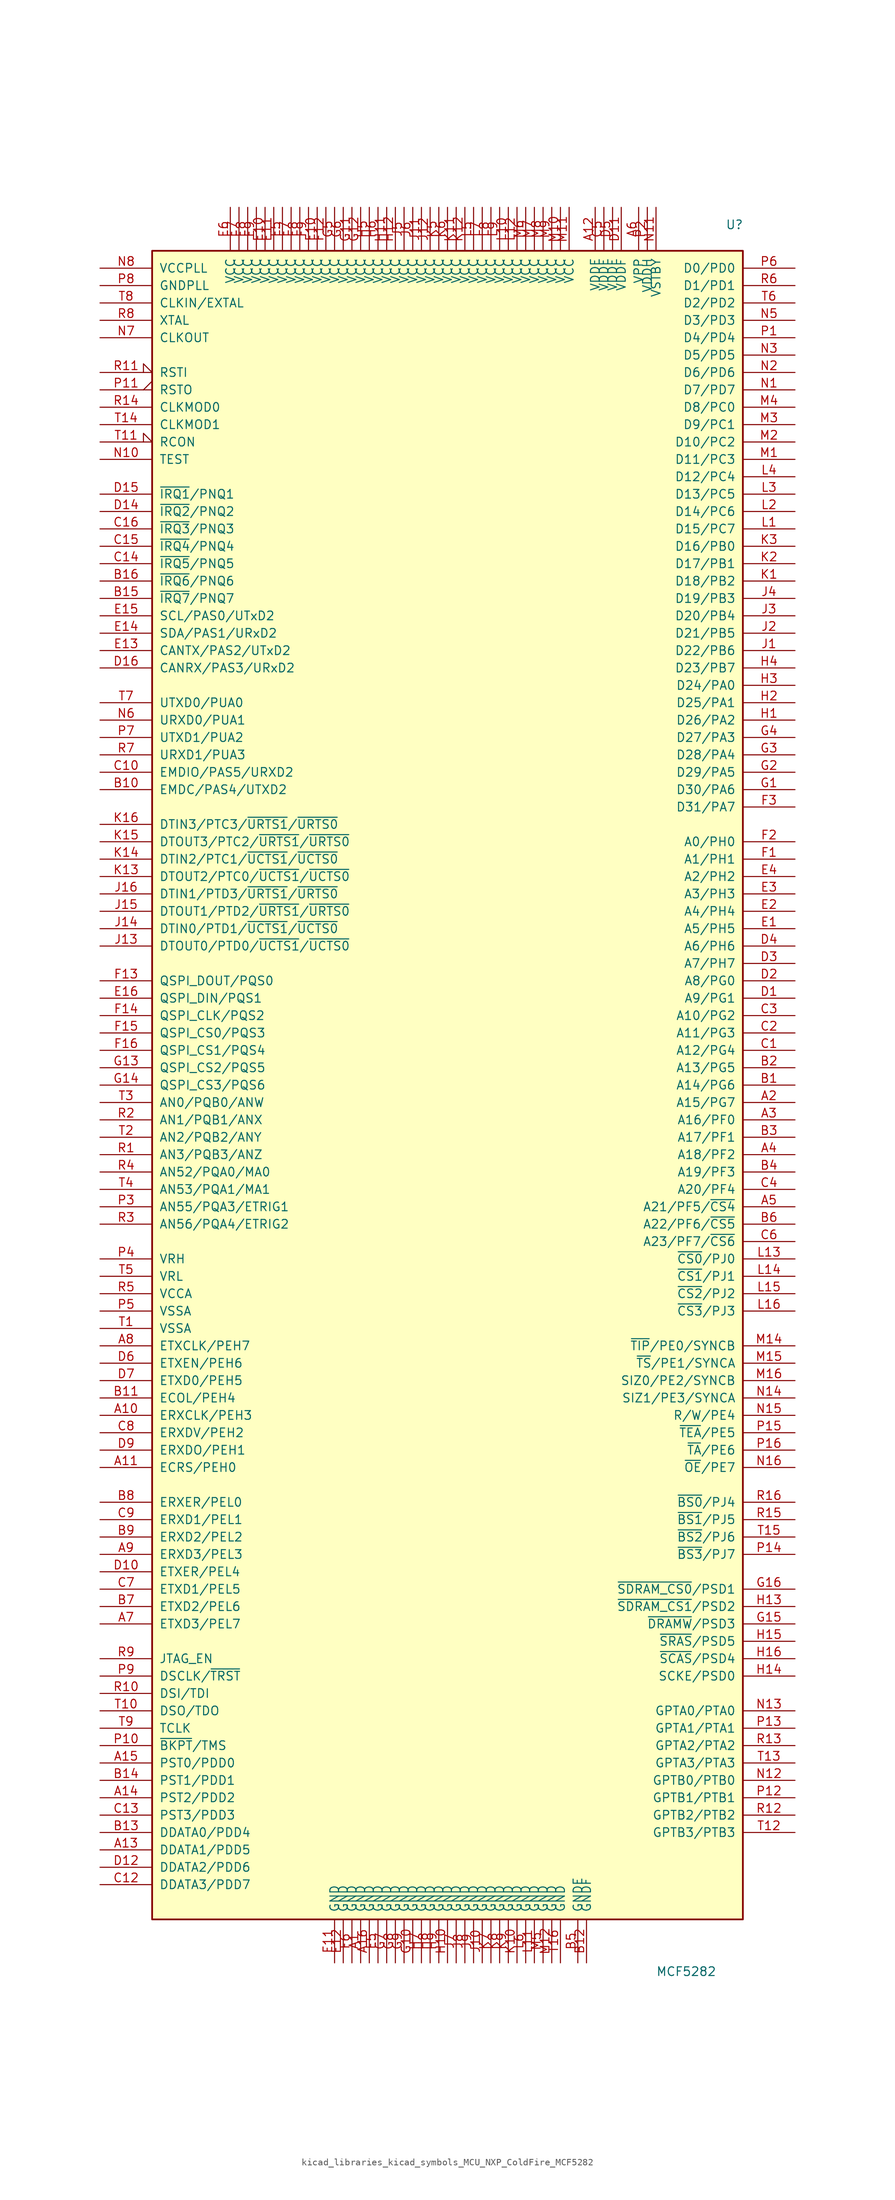
<source format=kicad_sym>
(kicad_symbol_lib
  (version 20220914)
  (generator kicad_symbol_editor)
  (symbol "kicad_libraries_kicad_symbols_MCU_NXP_ColdFire_MCF5282"
    (pin_names
      (offset 1.016))
    (property "Reference" "U"
      (at 40.64 125.73 0)
      (effects (font (size 1.27 1.27)) (justify left)))
    (property "Value" "MCF5282"
      (at 30.48 -129.54 0)
      (effects (font (size 1.27 1.27)) (justify left)))
    (symbol "kicad_libraries_kicad_symbols_MCU_NXP_ColdFire_MCF5282_0_1"
      (rectangle (start -43.18 121.92) (end 43.18 -121.92) (stroke (width 0.254) (type default)) (fill (type background))))
    (symbol "kicad_libraries_kicad_symbols_MCU_NXP_ColdFire_MCF5282_1_1"
      (pin power_in line (at -12.7 -128.27 90) (length 6.35) (name "GND" (effects (font (size 1.27 1.27)))) (number "A1" (effects (font (size 1.27 1.27)))))
      (pin bidirectional line (at -50.8 -48.26 0) (length 7.62) (name "ERXCLK/PEH3" (effects (font (size 1.27 1.27)))) (number "A10" (effects (font (size 1.27 1.27)))))
      (pin bidirectional line (at -50.8 -55.88 0) (length 7.62) (name "ECRS/PEH0" (effects (font (size 1.27 1.27)))) (number "A11" (effects (font (size 1.27 1.27)))))
      (pin power_in line (at 21.59 128.27 270) (length 6.35) (name "VDDF" (effects (font (size 1.27 1.27)))) (number "A12" (effects (font (size 1.27 1.27)))))
      (pin output line (at -50.8 -111.76 0) (length 7.62) (name "DDATA1/PDD5" (effects (font (size 1.27 1.27)))) (number "A13" (effects (font (size 1.27 1.27)))))
      (pin output line (at -50.8 -104.14 0) (length 7.62) (name "PST2/PDD2" (effects (font (size 1.27 1.27)))) (number "A14" (effects (font (size 1.27 1.27)))))
      (pin output line (at -50.8 -99.06 0) (length 7.62) (name "PST0/PDD0" (effects (font (size 1.27 1.27)))) (number "A15" (effects (font (size 1.27 1.27)))))
      (pin power_in line (at -11.43 -128.27 90) (length 6.35) (name "GND" (effects (font (size 1.27 1.27)))) (number "A16" (effects (font (size 1.27 1.27)))))
      (pin bidirectional line (at 50.8 -2.54 180) (length 7.62) (name "A15/PG7" (effects (font (size 1.27 1.27)))) (number "A2" (effects (font (size 1.27 1.27)))))
      (pin bidirectional line (at 50.8 -5.08 180) (length 7.62) (name "A16/PF0" (effects (font (size 1.27 1.27)))) (number "A3" (effects (font (size 1.27 1.27)))))
      (pin bidirectional line (at 50.8 -10.16 180) (length 7.62) (name "A18/PF2" (effects (font (size 1.27 1.27)))) (number "A4" (effects (font (size 1.27 1.27)))))
      (pin bidirectional line (at 50.8 -17.78 180) (length 7.62) (name "A21/PF5/~{CS4}" (effects (font (size 1.27 1.27)))) (number "A5" (effects (font (size 1.27 1.27)))))
      (pin power_in line (at 27.94 128.27 270) (length 6.35) (name "VPP" (effects (font (size 1.27 1.27)))) (number "A6" (effects (font (size 1.27 1.27)))))
      (pin bidirectional line (at -50.8 -78.74 0) (length 7.62) (name "ETXD3/PEL7" (effects (font (size 1.27 1.27)))) (number "A7" (effects (font (size 1.27 1.27)))))
      (pin bidirectional line (at -50.8 -38.1 0) (length 7.62) (name "ETXCLK/PEH7" (effects (font (size 1.27 1.27)))) (number "A8" (effects (font (size 1.27 1.27)))))
      (pin bidirectional line (at -50.8 -68.58 0) (length 7.62) (name "ERXD3/PEL3" (effects (font (size 1.27 1.27)))) (number "A9" (effects (font (size 1.27 1.27)))))
      (pin bidirectional line (at 50.8 0 180) (length 7.62) (name "A14/PG6" (effects (font (size 1.27 1.27)))) (number "B1" (effects (font (size 1.27 1.27)))))
      (pin input line (at -50.8 43.18 0) (length 7.62) (name "EMDC/PAS4/UTXD2" (effects (font (size 1.27 1.27)))) (number "B10" (effects (font (size 1.27 1.27)))))
      (pin bidirectional line (at -50.8 -45.72 0) (length 7.62) (name "ECOL/PEH4" (effects (font (size 1.27 1.27)))) (number "B11" (effects (font (size 1.27 1.27)))))
      (pin power_in line (at 20.32 -128.27 90) (length 6.35) (name "GNDF" (effects (font (size 1.27 1.27)))) (number "B12" (effects (font (size 1.27 1.27)))))
      (pin output line (at -50.8 -109.22 0) (length 7.62) (name "DDATA0/PDD4" (effects (font (size 1.27 1.27)))) (number "B13" (effects (font (size 1.27 1.27)))))
      (pin output line (at -50.8 -101.6 0) (length 7.62) (name "PST1/PDD1" (effects (font (size 1.27 1.27)))) (number "B14" (effects (font (size 1.27 1.27)))))
      (pin bidirectional line (at -50.8 71.12 0) (length 7.62) (name "~{IRQ7}/PNQ7" (effects (font (size 1.27 1.27)))) (number "B15" (effects (font (size 1.27 1.27)))))
      (pin bidirectional line (at -50.8 73.66 0) (length 7.62) (name "~{IRQ6}/PNQ6" (effects (font (size 1.27 1.27)))) (number "B16" (effects (font (size 1.27 1.27)))))
      (pin bidirectional line (at 50.8 2.54 180) (length 7.62) (name "A13/PG5" (effects (font (size 1.27 1.27)))) (number "B2" (effects (font (size 1.27 1.27)))))
      (pin bidirectional line (at 50.8 -7.62 180) (length 7.62) (name "A17/PF1" (effects (font (size 1.27 1.27)))) (number "B3" (effects (font (size 1.27 1.27)))))
      (pin bidirectional line (at 50.8 -12.7 180) (length 7.62) (name "A19/PF3" (effects (font (size 1.27 1.27)))) (number "B4" (effects (font (size 1.27 1.27)))))
      (pin passive line (at 19.05 -128.27 90) (length 6.35) (name "GNDF" (effects (font (size 1.27 1.27)))) (number "B5" (effects (font (size 1.27 1.27)))))
      (pin bidirectional line (at 50.8 -20.32 180) (length 7.62) (name "A22/PF6/~{CS5}" (effects (font (size 1.27 1.27)))) (number "B6" (effects (font (size 1.27 1.27)))))
      (pin bidirectional line (at -50.8 -76.2 0) (length 7.62) (name "ETXD2/PEL6" (effects (font (size 1.27 1.27)))) (number "B7" (effects (font (size 1.27 1.27)))))
      (pin bidirectional line (at -50.8 -60.96 0) (length 7.62) (name "ERXER/PEL0" (effects (font (size 1.27 1.27)))) (number "B8" (effects (font (size 1.27 1.27)))))
      (pin bidirectional line (at -50.8 -66.04 0) (length 7.62) (name "ERXD2/PEL2" (effects (font (size 1.27 1.27)))) (number "B9" (effects (font (size 1.27 1.27)))))
      (pin bidirectional line (at 50.8 5.08 180) (length 7.62) (name "A12/PG4" (effects (font (size 1.27 1.27)))) (number "C1" (effects (font (size 1.27 1.27)))))
      (pin bidirectional line (at -50.8 45.72 0) (length 7.62) (name "EMDIO/PAS5/URXD2" (effects (font (size 1.27 1.27)))) (number "C10" (effects (font (size 1.27 1.27)))))
      (pin output line (at -50.8 -116.84 0) (length 7.62) (name "DDATA3/PDD7" (effects (font (size 1.27 1.27)))) (number "C12" (effects (font (size 1.27 1.27)))))
      (pin output line (at -50.8 -106.68 0) (length 7.62) (name "PST3/PDD3" (effects (font (size 1.27 1.27)))) (number "C13" (effects (font (size 1.27 1.27)))))
      (pin bidirectional line (at -50.8 76.2 0) (length 7.62) (name "~{IRQ5}/PNQ5" (effects (font (size 1.27 1.27)))) (number "C14" (effects (font (size 1.27 1.27)))))
      (pin bidirectional line (at -50.8 78.74 0) (length 7.62) (name "~{IRQ4}/PNQ4" (effects (font (size 1.27 1.27)))) (number "C15" (effects (font (size 1.27 1.27)))))
      (pin bidirectional line (at -50.8 81.28 0) (length 7.62) (name "~{IRQ3}/PNQ3" (effects (font (size 1.27 1.27)))) (number "C16" (effects (font (size 1.27 1.27)))))
      (pin bidirectional line (at 50.8 7.62 180) (length 7.62) (name "A11/PG3" (effects (font (size 1.27 1.27)))) (number "C2" (effects (font (size 1.27 1.27)))))
      (pin bidirectional line (at 50.8 10.16 180) (length 7.62) (name "A10/PG2" (effects (font (size 1.27 1.27)))) (number "C3" (effects (font (size 1.27 1.27)))))
      (pin bidirectional line (at 50.8 -15.24 180) (length 7.62) (name "A20/PF4" (effects (font (size 1.27 1.27)))) (number "C4" (effects (font (size 1.27 1.27)))))
      (pin power_in line (at 22.86 128.27 270) (length 6.35) (name "VDDF" (effects (font (size 1.27 1.27)))) (number "C5" (effects (font (size 1.27 1.27)))))
      (pin bidirectional line (at 50.8 -22.86 180) (length 7.62) (name "A23/PF7/~{CS6}" (effects (font (size 1.27 1.27)))) (number "C6" (effects (font (size 1.27 1.27)))))
      (pin bidirectional line (at -50.8 -73.66 0) (length 7.62) (name "ETXD1/PEL5" (effects (font (size 1.27 1.27)))) (number "C7" (effects (font (size 1.27 1.27)))))
      (pin bidirectional line (at -50.8 -50.8 0) (length 7.62) (name "ERXDV/PEH2" (effects (font (size 1.27 1.27)))) (number "C8" (effects (font (size 1.27 1.27)))))
      (pin bidirectional line (at -50.8 -63.5 0) (length 7.62) (name "ERXD1/PEL1" (effects (font (size 1.27 1.27)))) (number "C9" (effects (font (size 1.27 1.27)))))
      (pin bidirectional line (at 50.8 12.7 180) (length 7.62) (name "A9/PG1" (effects (font (size 1.27 1.27)))) (number "D1" (effects (font (size 1.27 1.27)))))
      (pin bidirectional line (at -50.8 -71.12 0) (length 7.62) (name "ETXER/PEL4" (effects (font (size 1.27 1.27)))) (number "D10" (effects (font (size 1.27 1.27)))))
      (pin power_in line (at 25.4 128.27 270) (length 6.35) (name "VDDF" (effects (font (size 1.27 1.27)))) (number "D11" (effects (font (size 1.27 1.27)))))
      (pin output line (at -50.8 -114.3 0) (length 7.62) (name "DDATA2/PDD6" (effects (font (size 1.27 1.27)))) (number "D12" (effects (font (size 1.27 1.27)))))
      (pin bidirectional line (at -50.8 83.82 0) (length 7.62) (name "~{IRQ2}/PNQ2" (effects (font (size 1.27 1.27)))) (number "D14" (effects (font (size 1.27 1.27)))))
      (pin bidirectional line (at -50.8 86.36 0) (length 7.62) (name "~{IRQ1}/PNQ1" (effects (font (size 1.27 1.27)))) (number "D15" (effects (font (size 1.27 1.27)))))
      (pin bidirectional line (at -50.8 60.96 0) (length 7.62) (name "CANRX/PAS3/URxD2" (effects (font (size 1.27 1.27)))) (number "D16" (effects (font (size 1.27 1.27)))))
      (pin bidirectional line (at 50.8 15.24 180) (length 7.62) (name "A8/PG0" (effects (font (size 1.27 1.27)))) (number "D2" (effects (font (size 1.27 1.27)))))
      (pin bidirectional line (at 50.8 17.78 180) (length 7.62) (name "A7/PH7" (effects (font (size 1.27 1.27)))) (number "D3" (effects (font (size 1.27 1.27)))))
      (pin bidirectional line (at 50.8 20.32 180) (length 7.62) (name "A6/PH6" (effects (font (size 1.27 1.27)))) (number "D4" (effects (font (size 1.27 1.27)))))
      (pin power_in line (at 24.13 128.27 270) (length 6.35) (name "VDDF" (effects (font (size 1.27 1.27)))) (number "D5" (effects (font (size 1.27 1.27)))))
      (pin bidirectional line (at -50.8 -40.64 0) (length 7.62) (name "ETXEN/PEH6" (effects (font (size 1.27 1.27)))) (number "D6" (effects (font (size 1.27 1.27)))))
      (pin bidirectional line (at -50.8 -43.18 0) (length 7.62) (name "ETXD0/PEH5" (effects (font (size 1.27 1.27)))) (number "D7" (effects (font (size 1.27 1.27)))))
      (pin bidirectional line (at -50.8 -53.34 0) (length 7.62) (name "ERXDO/PEH1" (effects (font (size 1.27 1.27)))) (number "D9" (effects (font (size 1.27 1.27)))))
      (pin bidirectional line (at 50.8 22.86 180) (length 7.62) (name "A5/PH5" (effects (font (size 1.27 1.27)))) (number "E1" (effects (font (size 1.27 1.27)))))
      (pin power_in line (at -26.67 128.27 270) (length 6.35) (name "VCC" (effects (font (size 1.27 1.27)))) (number "E10" (effects (font (size 1.27 1.27)))))
      (pin power_in line (at -25.4 128.27 270) (length 6.35) (name "VCC" (effects (font (size 1.27 1.27)))) (number "E11" (effects (font (size 1.27 1.27)))))
      (pin power_in line (at -15.24 -128.27 90) (length 6.35) (name "GND" (effects (font (size 1.27 1.27)))) (number "E12" (effects (font (size 1.27 1.27)))))
      (pin bidirectional line (at -50.8 63.5 0) (length 7.62) (name "CANTX/PAS2/UTxD2" (effects (font (size 1.27 1.27)))) (number "E13" (effects (font (size 1.27 1.27)))))
      (pin bidirectional line (at -50.8 66.04 0) (length 7.62) (name "SDA/PAS1/URxD2" (effects (font (size 1.27 1.27)))) (number "E14" (effects (font (size 1.27 1.27)))))
      (pin bidirectional line (at -50.8 68.58 0) (length 7.62) (name "SCL/PAS0/UTxD2" (effects (font (size 1.27 1.27)))) (number "E15" (effects (font (size 1.27 1.27)))))
      (pin bidirectional line (at -50.8 12.7 0) (length 7.62) (name "QSPI_DIN/PQS1" (effects (font (size 1.27 1.27)))) (number "E16" (effects (font (size 1.27 1.27)))))
      (pin bidirectional line (at 50.8 25.4 180) (length 7.62) (name "A4/PH4" (effects (font (size 1.27 1.27)))) (number "E2" (effects (font (size 1.27 1.27)))))
      (pin bidirectional line (at 50.8 27.94 180) (length 7.62) (name "A3/PH3" (effects (font (size 1.27 1.27)))) (number "E3" (effects (font (size 1.27 1.27)))))
      (pin bidirectional line (at 50.8 30.48 180) (length 7.62) (name "A2/PH2" (effects (font (size 1.27 1.27)))) (number "E4" (effects (font (size 1.27 1.27)))))
      (pin power_in line (at -10.16 -128.27 90) (length 6.35) (name "GND" (effects (font (size 1.27 1.27)))) (number "E5" (effects (font (size 1.27 1.27)))))
      (pin power_in line (at -31.75 128.27 270) (length 6.35) (name "VCC" (effects (font (size 1.27 1.27)))) (number "E6" (effects (font (size 1.27 1.27)))))
      (pin power_in line (at -30.48 128.27 270) (length 6.35) (name "VCC" (effects (font (size 1.27 1.27)))) (number "E7" (effects (font (size 1.27 1.27)))))
      (pin power_in line (at -29.21 128.27 270) (length 6.35) (name "VCC" (effects (font (size 1.27 1.27)))) (number "E8" (effects (font (size 1.27 1.27)))))
      (pin power_in line (at -27.94 128.27 270) (length 6.35) (name "VCC" (effects (font (size 1.27 1.27)))) (number "E9" (effects (font (size 1.27 1.27)))))
      (pin bidirectional line (at 50.8 33.02 180) (length 7.62) (name "A1/PH1" (effects (font (size 1.27 1.27)))) (number "F1" (effects (font (size 1.27 1.27)))))
      (pin power_in line (at -19.05 128.27 270) (length 6.35) (name "VCC" (effects (font (size 1.27 1.27)))) (number "F10" (effects (font (size 1.27 1.27)))))
      (pin power_in line (at -16.51 -128.27 90) (length 6.35) (name "GND" (effects (font (size 1.27 1.27)))) (number "F11" (effects (font (size 1.27 1.27)))))
      (pin power_in line (at -17.78 128.27 270) (length 6.35) (name "VCC" (effects (font (size 1.27 1.27)))) (number "F12" (effects (font (size 1.27 1.27)))))
      (pin bidirectional line (at -50.8 15.24 0) (length 7.62) (name "QSPI_DOUT/PQS0" (effects (font (size 1.27 1.27)))) (number "F13" (effects (font (size 1.27 1.27)))))
      (pin bidirectional line (at -50.8 10.16 0) (length 7.62) (name "QSPI_CLK/PQS2" (effects (font (size 1.27 1.27)))) (number "F14" (effects (font (size 1.27 1.27)))))
      (pin bidirectional line (at -50.8 7.62 0) (length 7.62) (name "QSPI_CS0/PQS3" (effects (font (size 1.27 1.27)))) (number "F15" (effects (font (size 1.27 1.27)))))
      (pin bidirectional line (at -50.8 5.08 0) (length 7.62) (name "QSPI_CS1/PQS4" (effects (font (size 1.27 1.27)))) (number "F16" (effects (font (size 1.27 1.27)))))
      (pin bidirectional line (at 50.8 35.56 180) (length 7.62) (name "A0/PH0" (effects (font (size 1.27 1.27)))) (number "F2" (effects (font (size 1.27 1.27)))))
      (pin bidirectional line (at 50.8 40.64 180) (length 7.62) (name "D31/PA7" (effects (font (size 1.27 1.27)))) (number "F3" (effects (font (size 1.27 1.27)))))
      (pin power_in line (at -24.13 128.27 270) (length 6.35) (name "VCC" (effects (font (size 1.27 1.27)))) (number "F5" (effects (font (size 1.27 1.27)))))
      (pin power_in line (at -13.97 -128.27 90) (length 6.35) (name "GND" (effects (font (size 1.27 1.27)))) (number "F6" (effects (font (size 1.27 1.27)))))
      (pin power_in line (at -22.86 128.27 270) (length 6.35) (name "VCC" (effects (font (size 1.27 1.27)))) (number "F7" (effects (font (size 1.27 1.27)))))
      (pin power_in line (at -21.59 128.27 270) (length 6.35) (name "VCC" (effects (font (size 1.27 1.27)))) (number "F8" (effects (font (size 1.27 1.27)))))
      (pin power_in line (at -20.32 128.27 270) (length 6.35) (name "VCC" (effects (font (size 1.27 1.27)))) (number "F9" (effects (font (size 1.27 1.27)))))
      (pin bidirectional line (at 50.8 43.18 180) (length 7.62) (name "D30/PA6" (effects (font (size 1.27 1.27)))) (number "G1" (effects (font (size 1.27 1.27)))))
      (pin power_in line (at -5.08 -128.27 90) (length 6.35) (name "GND" (effects (font (size 1.27 1.27)))) (number "G10" (effects (font (size 1.27 1.27)))))
      (pin power_in line (at -13.97 128.27 270) (length 6.35) (name "VCC" (effects (font (size 1.27 1.27)))) (number "G11" (effects (font (size 1.27 1.27)))))
      (pin power_in line (at -12.7 128.27 270) (length 6.35) (name "VCC" (effects (font (size 1.27 1.27)))) (number "G12" (effects (font (size 1.27 1.27)))))
      (pin bidirectional line (at -50.8 2.54 0) (length 7.62) (name "QSPI_CS2/PQS5" (effects (font (size 1.27 1.27)))) (number "G13" (effects (font (size 1.27 1.27)))))
      (pin bidirectional line (at -50.8 0 0) (length 7.62) (name "QSPI_CS3/PQS6" (effects (font (size 1.27 1.27)))) (number "G14" (effects (font (size 1.27 1.27)))))
      (pin bidirectional line (at 50.8 -78.74 180) (length 7.62) (name "~{DRAMW}/PSD3" (effects (font (size 1.27 1.27)))) (number "G15" (effects (font (size 1.27 1.27)))))
      (pin bidirectional line (at 50.8 -73.66 180) (length 7.62) (name "~{SDRAM_CS0}/PSD1" (effects (font (size 1.27 1.27)))) (number "G16" (effects (font (size 1.27 1.27)))))
      (pin bidirectional line (at 50.8 45.72 180) (length 7.62) (name "D29/PA5" (effects (font (size 1.27 1.27)))) (number "G2" (effects (font (size 1.27 1.27)))))
      (pin bidirectional line (at 50.8 48.26 180) (length 7.62) (name "D28/PA4" (effects (font (size 1.27 1.27)))) (number "G3" (effects (font (size 1.27 1.27)))))
      (pin bidirectional line (at 50.8 50.8 180) (length 7.62) (name "D27/PA3" (effects (font (size 1.27 1.27)))) (number "G4" (effects (font (size 1.27 1.27)))))
      (pin power_in line (at -16.51 128.27 270) (length 6.35) (name "VCC" (effects (font (size 1.27 1.27)))) (number "G5" (effects (font (size 1.27 1.27)))))
      (pin power_in line (at -15.24 128.27 270) (length 6.35) (name "VCC" (effects (font (size 1.27 1.27)))) (number "G6" (effects (font (size 1.27 1.27)))))
      (pin power_in line (at -8.89 -128.27 90) (length 6.35) (name "GND" (effects (font (size 1.27 1.27)))) (number "G7" (effects (font (size 1.27 1.27)))))
      (pin power_in line (at -7.62 -128.27 90) (length 6.35) (name "GND" (effects (font (size 1.27 1.27)))) (number "G8" (effects (font (size 1.27 1.27)))))
      (pin power_in line (at -6.35 -128.27 90) (length 6.35) (name "GND" (effects (font (size 1.27 1.27)))) (number "G9" (effects (font (size 1.27 1.27)))))
      (pin bidirectional line (at 50.8 53.34 180) (length 7.62) (name "D26/PA2" (effects (font (size 1.27 1.27)))) (number "H1" (effects (font (size 1.27 1.27)))))
      (pin power_in line (at 0 -128.27 90) (length 6.35) (name "GND" (effects (font (size 1.27 1.27)))) (number "H10" (effects (font (size 1.27 1.27)))))
      (pin power_in line (at -8.89 128.27 270) (length 6.35) (name "VCC" (effects (font (size 1.27 1.27)))) (number "H11" (effects (font (size 1.27 1.27)))))
      (pin power_in line (at -7.62 128.27 270) (length 6.35) (name "VCC" (effects (font (size 1.27 1.27)))) (number "H12" (effects (font (size 1.27 1.27)))))
      (pin output line (at 50.8 -76.2 180) (length 7.62) (name "~{SDRAM_CS1}/PSD2" (effects (font (size 1.27 1.27)))) (number "H13" (effects (font (size 1.27 1.27)))))
      (pin bidirectional line (at 50.8 -86.36 180) (length 7.62) (name "SCKE/PSD0" (effects (font (size 1.27 1.27)))) (number "H14" (effects (font (size 1.27 1.27)))))
      (pin bidirectional line (at 50.8 -81.28 180) (length 7.62) (name "~{SRAS}/PSD5" (effects (font (size 1.27 1.27)))) (number "H15" (effects (font (size 1.27 1.27)))))
      (pin bidirectional line (at 50.8 -83.82 180) (length 7.62) (name "~{SCAS}/PSD4" (effects (font (size 1.27 1.27)))) (number "H16" (effects (font (size 1.27 1.27)))))
      (pin bidirectional line (at 50.8 55.88 180) (length 7.62) (name "D25/PA1" (effects (font (size 1.27 1.27)))) (number "H2" (effects (font (size 1.27 1.27)))))
      (pin bidirectional line (at 50.8 58.42 180) (length 7.62) (name "D24/PA0" (effects (font (size 1.27 1.27)))) (number "H3" (effects (font (size 1.27 1.27)))))
      (pin bidirectional line (at 50.8 60.96 180) (length 7.62) (name "D23/PB7" (effects (font (size 1.27 1.27)))) (number "H4" (effects (font (size 1.27 1.27)))))
      (pin power_in line (at -11.43 128.27 270) (length 6.35) (name "VCC" (effects (font (size 1.27 1.27)))) (number "H5" (effects (font (size 1.27 1.27)))))
      (pin power_in line (at -10.16 128.27 270) (length 6.35) (name "VCC" (effects (font (size 1.27 1.27)))) (number "H6" (effects (font (size 1.27 1.27)))))
      (pin power_in line (at -3.81 -128.27 90) (length 6.35) (name "GND" (effects (font (size 1.27 1.27)))) (number "H7" (effects (font (size 1.27 1.27)))))
      (pin power_in line (at -2.54 -128.27 90) (length 6.35) (name "GND" (effects (font (size 1.27 1.27)))) (number "H8" (effects (font (size 1.27 1.27)))))
      (pin power_in line (at -1.27 -128.27 90) (length 6.35) (name "GND" (effects (font (size 1.27 1.27)))) (number "H9" (effects (font (size 1.27 1.27)))))
      (pin bidirectional line (at 50.8 63.5 180) (length 7.62) (name "D22/PB6" (effects (font (size 1.27 1.27)))) (number "J1" (effects (font (size 1.27 1.27)))))
      (pin power_in line (at 5.08 -128.27 90) (length 6.35) (name "GND" (effects (font (size 1.27 1.27)))) (number "J10" (effects (font (size 1.27 1.27)))))
      (pin power_in line (at -3.81 128.27 270) (length 6.35) (name "VCC" (effects (font (size 1.27 1.27)))) (number "J11" (effects (font (size 1.27 1.27)))))
      (pin power_in line (at -2.54 128.27 270) (length 6.35) (name "VCC" (effects (font (size 1.27 1.27)))) (number "J12" (effects (font (size 1.27 1.27)))))
      (pin input line (at -50.8 20.32 0) (length 7.62) (name "DTOUT0/PTD0/~{UCTS1}/~{UCTS0}" (effects (font (size 1.27 1.27)))) (number "J13" (effects (font (size 1.27 1.27)))))
      (pin bidirectional line (at -50.8 22.86 0) (length 7.62) (name "DTIN0/PTD1/~{UCTS1}/~{UCTS0}" (effects (font (size 1.27 1.27)))) (number "J14" (effects (font (size 1.27 1.27)))))
      (pin bidirectional line (at -50.8 25.4 0) (length 7.62) (name "DTOUT1/PTD2/~{URTS1}/~{URTS0}" (effects (font (size 1.27 1.27)))) (number "J15" (effects (font (size 1.27 1.27)))))
      (pin bidirectional line (at -50.8 27.94 0) (length 7.62) (name "DTIN1/PTD3/~{URTS1}/~{URTS0}" (effects (font (size 1.27 1.27)))) (number "J16" (effects (font (size 1.27 1.27)))))
      (pin bidirectional line (at 50.8 66.04 180) (length 7.62) (name "D21/PB5" (effects (font (size 1.27 1.27)))) (number "J2" (effects (font (size 1.27 1.27)))))
      (pin bidirectional line (at 50.8 68.58 180) (length 7.62) (name "D20/PB4" (effects (font (size 1.27 1.27)))) (number "J3" (effects (font (size 1.27 1.27)))))
      (pin bidirectional line (at 50.8 71.12 180) (length 7.62) (name "D19/PB3" (effects (font (size 1.27 1.27)))) (number "J4" (effects (font (size 1.27 1.27)))))
      (pin power_in line (at -6.35 128.27 270) (length 6.35) (name "VCC" (effects (font (size 1.27 1.27)))) (number "J5" (effects (font (size 1.27 1.27)))))
      (pin power_in line (at -5.08 128.27 270) (length 6.35) (name "VCC" (effects (font (size 1.27 1.27)))) (number "J6" (effects (font (size 1.27 1.27)))))
      (pin power_in line (at 1.27 -128.27 90) (length 6.35) (name "GND" (effects (font (size 1.27 1.27)))) (number "J7" (effects (font (size 1.27 1.27)))))
      (pin power_in line (at 2.54 -128.27 90) (length 6.35) (name "GND" (effects (font (size 1.27 1.27)))) (number "J8" (effects (font (size 1.27 1.27)))))
      (pin power_in line (at 3.81 -128.27 90) (length 6.35) (name "GND" (effects (font (size 1.27 1.27)))) (number "J9" (effects (font (size 1.27 1.27)))))
      (pin bidirectional line (at 50.8 73.66 180) (length 7.62) (name "D18/PB2" (effects (font (size 1.27 1.27)))) (number "K1" (effects (font (size 1.27 1.27)))))
      (pin power_in line (at 10.16 -128.27 90) (length 6.35) (name "GND" (effects (font (size 1.27 1.27)))) (number "K10" (effects (font (size 1.27 1.27)))))
      (pin power_in line (at 1.27 128.27 270) (length 6.35) (name "VCC" (effects (font (size 1.27 1.27)))) (number "K11" (effects (font (size 1.27 1.27)))))
      (pin power_in line (at 2.54 128.27 270) (length 6.35) (name "VCC" (effects (font (size 1.27 1.27)))) (number "K12" (effects (font (size 1.27 1.27)))))
      (pin bidirectional line (at -50.8 30.48 0) (length 7.62) (name "DTOUT2/PTC0/~{UCTS1}/~{UCTS0}" (effects (font (size 1.27 1.27)))) (number "K13" (effects (font (size 1.27 1.27)))))
      (pin bidirectional line (at -50.8 33.02 0) (length 7.62) (name "DTIN2/PTC1/~{UCTS1}/~{UCTS0}" (effects (font (size 1.27 1.27)))) (number "K14" (effects (font (size 1.27 1.27)))))
      (pin bidirectional line (at -50.8 35.56 0) (length 7.62) (name "DTOUT3/PTC2/~{URTS1}/~{URTS0}" (effects (font (size 1.27 1.27)))) (number "K15" (effects (font (size 1.27 1.27)))))
      (pin bidirectional line (at -50.8 38.1 0) (length 7.62) (name "DTIN3/PTC3/~{URTS1}/~{URTS0}" (effects (font (size 1.27 1.27)))) (number "K16" (effects (font (size 1.27 1.27)))))
      (pin bidirectional line (at 50.8 76.2 180) (length 7.62) (name "D17/PB1" (effects (font (size 1.27 1.27)))) (number "K2" (effects (font (size 1.27 1.27)))))
      (pin bidirectional line (at 50.8 78.74 180) (length 7.62) (name "D16/PB0" (effects (font (size 1.27 1.27)))) (number "K3" (effects (font (size 1.27 1.27)))))
      (pin power_in line (at -1.27 128.27 270) (length 6.35) (name "VCC" (effects (font (size 1.27 1.27)))) (number "K5" (effects (font (size 1.27 1.27)))))
      (pin power_in line (at 0 128.27 270) (length 6.35) (name "VCC" (effects (font (size 1.27 1.27)))) (number "K6" (effects (font (size 1.27 1.27)))))
      (pin power_in line (at 6.35 -128.27 90) (length 6.35) (name "GND" (effects (font (size 1.27 1.27)))) (number "K7" (effects (font (size 1.27 1.27)))))
      (pin power_in line (at 7.62 -128.27 90) (length 6.35) (name "GND" (effects (font (size 1.27 1.27)))) (number "K8" (effects (font (size 1.27 1.27)))))
      (pin power_in line (at 8.89 -128.27 90) (length 6.35) (name "GND" (effects (font (size 1.27 1.27)))) (number "K9" (effects (font (size 1.27 1.27)))))
      (pin bidirectional line (at 50.8 81.28 180) (length 7.62) (name "D15/PC7" (effects (font (size 1.27 1.27)))) (number "L1" (effects (font (size 1.27 1.27)))))
      (pin power_in line (at 8.89 128.27 270) (length 6.35) (name "VCC" (effects (font (size 1.27 1.27)))) (number "L10" (effects (font (size 1.27 1.27)))))
      (pin power_in line (at 12.7 -128.27 90) (length 6.35) (name "GND" (effects (font (size 1.27 1.27)))) (number "L11" (effects (font (size 1.27 1.27)))))
      (pin power_in line (at 10.16 128.27 270) (length 6.35) (name "VCC" (effects (font (size 1.27 1.27)))) (number "L12" (effects (font (size 1.27 1.27)))))
      (pin bidirectional line (at 50.8 -25.4 180) (length 7.62) (name "~{CS0}/PJ0" (effects (font (size 1.27 1.27)))) (number "L13" (effects (font (size 1.27 1.27)))))
      (pin bidirectional line (at 50.8 -27.94 180) (length 7.62) (name "~{CS1}/PJ1" (effects (font (size 1.27 1.27)))) (number "L14" (effects (font (size 1.27 1.27)))))
      (pin bidirectional line (at 50.8 -30.48 180) (length 7.62) (name "~{CS2}/PJ2" (effects (font (size 1.27 1.27)))) (number "L15" (effects (font (size 1.27 1.27)))))
      (pin bidirectional line (at 50.8 -33.02 180) (length 7.62) (name "~{CS3}/PJ3" (effects (font (size 1.27 1.27)))) (number "L16" (effects (font (size 1.27 1.27)))))
      (pin bidirectional line (at 50.8 83.82 180) (length 7.62) (name "D14/PC6" (effects (font (size 1.27 1.27)))) (number "L2" (effects (font (size 1.27 1.27)))))
      (pin bidirectional line (at 50.8 86.36 180) (length 7.62) (name "D13/PC5" (effects (font (size 1.27 1.27)))) (number "L3" (effects (font (size 1.27 1.27)))))
      (pin bidirectional line (at 50.8 88.9 180) (length 7.62) (name "D12/PC4" (effects (font (size 1.27 1.27)))) (number "L4" (effects (font (size 1.27 1.27)))))
      (pin power_in line (at 3.81 128.27 270) (length 6.35) (name "VCC" (effects (font (size 1.27 1.27)))) (number "L5" (effects (font (size 1.27 1.27)))))
      (pin power_in line (at 11.43 -128.27 90) (length 6.35) (name "GND" (effects (font (size 1.27 1.27)))) (number "L6" (effects (font (size 1.27 1.27)))))
      (pin power_in line (at 5.08 128.27 270) (length 6.35) (name "VCC" (effects (font (size 1.27 1.27)))) (number "L7" (effects (font (size 1.27 1.27)))))
      (pin power_in line (at 6.35 128.27 270) (length 6.35) (name "VCC" (effects (font (size 1.27 1.27)))) (number "L8" (effects (font (size 1.27 1.27)))))
      (pin power_in line (at 7.62 128.27 270) (length 6.35) (name "VCC" (effects (font (size 1.27 1.27)))) (number "L9" (effects (font (size 1.27 1.27)))))
      (pin bidirectional line (at 50.8 91.44 180) (length 7.62) (name "D11/PC3" (effects (font (size 1.27 1.27)))) (number "M1" (effects (font (size 1.27 1.27)))))
      (pin power_in line (at 16.51 128.27 270) (length 6.35) (name "VCC" (effects (font (size 1.27 1.27)))) (number "M10" (effects (font (size 1.27 1.27)))))
      (pin power_in line (at 17.78 128.27 270) (length 6.35) (name "VCC" (effects (font (size 1.27 1.27)))) (number "M11" (effects (font (size 1.27 1.27)))))
      (pin power_in line (at 15.24 -128.27 90) (length 6.35) (name "GND" (effects (font (size 1.27 1.27)))) (number "M12" (effects (font (size 1.27 1.27)))))
      (pin bidirectional line (at 50.8 -38.1 180) (length 7.62) (name "~{TIP}/PE0/SYNCB" (effects (font (size 1.27 1.27)))) (number "M14" (effects (font (size 1.27 1.27)))))
      (pin bidirectional line (at 50.8 -40.64 180) (length 7.62) (name "~{TS}/PE1/SYNCA" (effects (font (size 1.27 1.27)))) (number "M15" (effects (font (size 1.27 1.27)))))
      (pin bidirectional line (at 50.8 -43.18 180) (length 7.62) (name "SIZ0/PE2/SYNCB" (effects (font (size 1.27 1.27)))) (number "M16" (effects (font (size 1.27 1.27)))))
      (pin bidirectional line (at 50.8 93.98 180) (length 7.62) (name "D10/PC2" (effects (font (size 1.27 1.27)))) (number "M2" (effects (font (size 1.27 1.27)))))
      (pin bidirectional line (at 50.8 96.52 180) (length 7.62) (name "D9/PC1" (effects (font (size 1.27 1.27)))) (number "M3" (effects (font (size 1.27 1.27)))))
      (pin bidirectional line (at 50.8 99.06 180) (length 7.62) (name "D8/PC0" (effects (font (size 1.27 1.27)))) (number "M4" (effects (font (size 1.27 1.27)))))
      (pin power_in line (at 13.97 -128.27 90) (length 6.35) (name "GND" (effects (font (size 1.27 1.27)))) (number "M5" (effects (font (size 1.27 1.27)))))
      (pin power_in line (at 11.43 128.27 270) (length 6.35) (name "VCC" (effects (font (size 1.27 1.27)))) (number "M6" (effects (font (size 1.27 1.27)))))
      (pin power_in line (at 12.7 128.27 270) (length 6.35) (name "VCC" (effects (font (size 1.27 1.27)))) (number "M7" (effects (font (size 1.27 1.27)))))
      (pin power_in line (at 13.97 128.27 270) (length 6.35) (name "VCC" (effects (font (size 1.27 1.27)))) (number "M8" (effects (font (size 1.27 1.27)))))
      (pin power_in line (at 15.24 128.27 270) (length 6.35) (name "VCC" (effects (font (size 1.27 1.27)))) (number "M9" (effects (font (size 1.27 1.27)))))
      (pin bidirectional line (at 50.8 101.6 180) (length 7.62) (name "D7/PD7" (effects (font (size 1.27 1.27)))) (number "N1" (effects (font (size 1.27 1.27)))))
      (pin input line (at -50.8 91.44 0) (length 7.62) (name "TEST" (effects (font (size 1.27 1.27)))) (number "N10" (effects (font (size 1.27 1.27)))))
      (pin power_in line (at 30.48 128.27 270) (length 6.35) (name "VSTBY" (effects (font (size 1.27 1.27)))) (number "N11" (effects (font (size 1.27 1.27)))))
      (pin bidirectional line (at 50.8 -101.6 180) (length 7.62) (name "GPTB0/PTB0" (effects (font (size 1.27 1.27)))) (number "N12" (effects (font (size 1.27 1.27)))))
      (pin bidirectional line (at 50.8 -91.44 180) (length 7.62) (name "GPTA0/PTA0" (effects (font (size 1.27 1.27)))) (number "N13" (effects (font (size 1.27 1.27)))))
      (pin bidirectional line (at 50.8 -45.72 180) (length 7.62) (name "SIZ1/PE3/SYNCA" (effects (font (size 1.27 1.27)))) (number "N14" (effects (font (size 1.27 1.27)))))
      (pin bidirectional line (at 50.8 -48.26 180) (length 7.62) (name "R/W/PE4" (effects (font (size 1.27 1.27)))) (number "N15" (effects (font (size 1.27 1.27)))))
      (pin bidirectional line (at 50.8 -55.88 180) (length 7.62) (name "~{OE}/PE7" (effects (font (size 1.27 1.27)))) (number "N16" (effects (font (size 1.27 1.27)))))
      (pin bidirectional line (at 50.8 104.14 180) (length 7.62) (name "D6/PD6" (effects (font (size 1.27 1.27)))) (number "N2" (effects (font (size 1.27 1.27)))))
      (pin bidirectional line (at 50.8 106.68 180) (length 7.62) (name "D5/PD5" (effects (font (size 1.27 1.27)))) (number "N3" (effects (font (size 1.27 1.27)))))
      (pin bidirectional line (at 50.8 111.76 180) (length 7.62) (name "D3/PD3" (effects (font (size 1.27 1.27)))) (number "N5" (effects (font (size 1.27 1.27)))))
      (pin bidirectional line (at -50.8 53.34 0) (length 7.62) (name "URXD0/PUA1" (effects (font (size 1.27 1.27)))) (number "N6" (effects (font (size 1.27 1.27)))))
      (pin output line (at -50.8 109.22 0) (length 7.62) (name "CLKOUT" (effects (font (size 1.27 1.27)))) (number "N7" (effects (font (size 1.27 1.27)))))
      (pin passive line (at -50.8 119.38 0) (length 7.62) (name "VCCPLL" (effects (font (size 1.27 1.27)))) (number "N8" (effects (font (size 1.27 1.27)))))
      (pin bidirectional line (at 50.8 109.22 180) (length 7.62) (name "D4/PD4" (effects (font (size 1.27 1.27)))) (number "P1" (effects (font (size 1.27 1.27)))))
      (pin input line (at -50.8 -96.52 0) (length 7.62) (name "~{BKPT}/TMS" (effects (font (size 1.27 1.27)))) (number "P10" (effects (font (size 1.27 1.27)))))
      (pin output output_low (at -50.8 101.6 0) (length 7.62) (name "RSTO" (effects (font (size 1.27 1.27)))) (number "P11" (effects (font (size 1.27 1.27)))))
      (pin bidirectional line (at 50.8 -104.14 180) (length 7.62) (name "GPTB1/PTB1" (effects (font (size 1.27 1.27)))) (number "P12" (effects (font (size 1.27 1.27)))))
      (pin bidirectional line (at 50.8 -93.98 180) (length 7.62) (name "GPTA1/PTA1" (effects (font (size 1.27 1.27)))) (number "P13" (effects (font (size 1.27 1.27)))))
      (pin bidirectional line (at 50.8 -68.58 180) (length 7.62) (name "~{BS3}/PJ7" (effects (font (size 1.27 1.27)))) (number "P14" (effects (font (size 1.27 1.27)))))
      (pin bidirectional line (at 50.8 -50.8 180) (length 7.62) (name "~{TEA}/PE5" (effects (font (size 1.27 1.27)))) (number "P15" (effects (font (size 1.27 1.27)))))
      (pin bidirectional line (at 50.8 -53.34 180) (length 7.62) (name "~{TA}/PE6" (effects (font (size 1.27 1.27)))) (number "P16" (effects (font (size 1.27 1.27)))))
      (pin power_in line (at 29.21 128.27 270) (length 6.35) (name "VDDH" (effects (font (size 1.27 1.27)))) (number "P2" (effects (font (size 1.27 1.27)))))
      (pin bidirectional line (at -50.8 -17.78 0) (length 7.62) (name "AN55/PQA3/ETRIG1" (effects (font (size 1.27 1.27)))) (number "P3" (effects (font (size 1.27 1.27)))))
      (pin input line (at -50.8 -25.4 0) (length 7.62) (name "VRH" (effects (font (size 1.27 1.27)))) (number "P4" (effects (font (size 1.27 1.27)))))
      (pin input line (at -50.8 -33.02 0) (length 7.62) (name "VSSA" (effects (font (size 1.27 1.27)))) (number "P5" (effects (font (size 1.27 1.27)))))
      (pin bidirectional line (at 50.8 119.38 180) (length 7.62) (name "D0/PD0" (effects (font (size 1.27 1.27)))) (number "P6" (effects (font (size 1.27 1.27)))))
      (pin bidirectional line (at -50.8 50.8 0) (length 7.62) (name "UTXD1/PUA2" (effects (font (size 1.27 1.27)))) (number "P7" (effects (font (size 1.27 1.27)))))
      (pin passive line (at -50.8 116.84 0) (length 7.62) (name "GNDPLL" (effects (font (size 1.27 1.27)))) (number "P8" (effects (font (size 1.27 1.27)))))
      (pin input line (at -50.8 -86.36 0) (length 7.62) (name "DSCLK/~{TRST}" (effects (font (size 1.27 1.27)))) (number "P9" (effects (font (size 1.27 1.27)))))
      (pin bidirectional line (at -50.8 -10.16 0) (length 7.62) (name "AN3/PQB3/ANZ" (effects (font (size 1.27 1.27)))) (number "R1" (effects (font (size 1.27 1.27)))))
      (pin input line (at -50.8 -88.9 0) (length 7.62) (name "DSI/TDI" (effects (font (size 1.27 1.27)))) (number "R10" (effects (font (size 1.27 1.27)))))
      (pin input input_low (at -50.8 104.14 0) (length 7.62) (name "RSTI" (effects (font (size 1.27 1.27)))) (number "R11" (effects (font (size 1.27 1.27)))))
      (pin bidirectional line (at 50.8 -106.68 180) (length 7.62) (name "GPTB2/PTB2" (effects (font (size 1.27 1.27)))) (number "R12" (effects (font (size 1.27 1.27)))))
      (pin bidirectional line (at 50.8 -96.52 180) (length 7.62) (name "GPTA2/PTA2" (effects (font (size 1.27 1.27)))) (number "R13" (effects (font (size 1.27 1.27)))))
      (pin input line (at -50.8 99.06 0) (length 7.62) (name "CLKMOD0" (effects (font (size 1.27 1.27)))) (number "R14" (effects (font (size 1.27 1.27)))))
      (pin bidirectional line (at 50.8 -63.5 180) (length 7.62) (name "~{BS1}/PJ5" (effects (font (size 1.27 1.27)))) (number "R15" (effects (font (size 1.27 1.27)))))
      (pin bidirectional line (at 50.8 -60.96 180) (length 7.62) (name "~{BS0}/PJ4" (effects (font (size 1.27 1.27)))) (number "R16" (effects (font (size 1.27 1.27)))))
      (pin bidirectional line (at -50.8 -5.08 0) (length 7.62) (name "AN1/PQB1/ANX" (effects (font (size 1.27 1.27)))) (number "R2" (effects (font (size 1.27 1.27)))))
      (pin bidirectional line (at -50.8 -20.32 0) (length 7.62) (name "AN56/PQA4/ETRIG2" (effects (font (size 1.27 1.27)))) (number "R3" (effects (font (size 1.27 1.27)))))
      (pin bidirectional line (at -50.8 -12.7 0) (length 7.62) (name "AN52/PQA0/MA0" (effects (font (size 1.27 1.27)))) (number "R4" (effects (font (size 1.27 1.27)))))
      (pin input line (at -50.8 -30.48 0) (length 7.62) (name "VCCA" (effects (font (size 1.27 1.27)))) (number "R5" (effects (font (size 1.27 1.27)))))
      (pin bidirectional line (at 50.8 116.84 180) (length 7.62) (name "D1/PD1" (effects (font (size 1.27 1.27)))) (number "R6" (effects (font (size 1.27 1.27)))))
      (pin bidirectional line (at -50.8 48.26 0) (length 7.62) (name "URXD1/PUA3" (effects (font (size 1.27 1.27)))) (number "R7" (effects (font (size 1.27 1.27)))))
      (pin output line (at -50.8 111.76 0) (length 7.62) (name "XTAL" (effects (font (size 1.27 1.27)))) (number "R8" (effects (font (size 1.27 1.27)))))
      (pin input line (at -50.8 -83.82 0) (length 7.62) (name "JTAG_EN" (effects (font (size 1.27 1.27)))) (number "R9" (effects (font (size 1.27 1.27)))))
      (pin input line (at -50.8 -35.56 0) (length 7.62) (name "VSSA" (effects (font (size 1.27 1.27)))) (number "T1" (effects (font (size 1.27 1.27)))))
      (pin output line (at -50.8 -91.44 0) (length 7.62) (name "DSO/TDO" (effects (font (size 1.27 1.27)))) (number "T10" (effects (font (size 1.27 1.27)))))
      (pin input input_low (at -50.8 93.98 0) (length 7.62) (name "RCON" (effects (font (size 1.27 1.27)))) (number "T11" (effects (font (size 1.27 1.27)))))
      (pin bidirectional line (at 50.8 -109.22 180) (length 7.62) (name "GPTB3/PTB3" (effects (font (size 1.27 1.27)))) (number "T12" (effects (font (size 1.27 1.27)))))
      (pin bidirectional line (at 50.8 -99.06 180) (length 7.62) (name "GPTA3/PTA3" (effects (font (size 1.27 1.27)))) (number "T13" (effects (font (size 1.27 1.27)))))
      (pin input line (at -50.8 96.52 0) (length 7.62) (name "CLKMOD1" (effects (font (size 1.27 1.27)))) (number "T14" (effects (font (size 1.27 1.27)))))
      (pin bidirectional line (at 50.8 -66.04 180) (length 7.62) (name "~{BS2}/PJ6" (effects (font (size 1.27 1.27)))) (number "T15" (effects (font (size 1.27 1.27)))))
      (pin power_in line (at 16.51 -128.27 90) (length 6.35) (name "GND" (effects (font (size 1.27 1.27)))) (number "T16" (effects (font (size 1.27 1.27)))))
      (pin bidirectional line (at -50.8 -7.62 0) (length 7.62) (name "AN2/PQB2/ANY" (effects (font (size 1.27 1.27)))) (number "T2" (effects (font (size 1.27 1.27)))))
      (pin bidirectional line (at -50.8 -2.54 0) (length 7.62) (name "AN0/PQB0/ANW" (effects (font (size 1.27 1.27)))) (number "T3" (effects (font (size 1.27 1.27)))))
      (pin bidirectional line (at -50.8 -15.24 0) (length 7.62) (name "AN53/PQA1/MA1" (effects (font (size 1.27 1.27)))) (number "T4" (effects (font (size 1.27 1.27)))))
      (pin input line (at -50.8 -27.94 0) (length 7.62) (name "VRL" (effects (font (size 1.27 1.27)))) (number "T5" (effects (font (size 1.27 1.27)))))
      (pin bidirectional line (at 50.8 114.3 180) (length 7.62) (name "D2/PD2" (effects (font (size 1.27 1.27)))) (number "T6" (effects (font (size 1.27 1.27)))))
      (pin bidirectional line (at -50.8 55.88 0) (length 7.62) (name "UTXD0/PUA0" (effects (font (size 1.27 1.27)))) (number "T7" (effects (font (size 1.27 1.27)))))
      (pin input line (at -50.8 114.3 0) (length 7.62) (name "CLKIN/EXTAL" (effects (font (size 1.27 1.27)))) (number "T8" (effects (font (size 1.27 1.27)))))
      (pin input line (at -50.8 -93.98 0) (length 7.62) (name "TCLK" (effects (font (size 1.27 1.27)))) (number "T9" (effects (font (size 1.27 1.27))))))))
</source>
